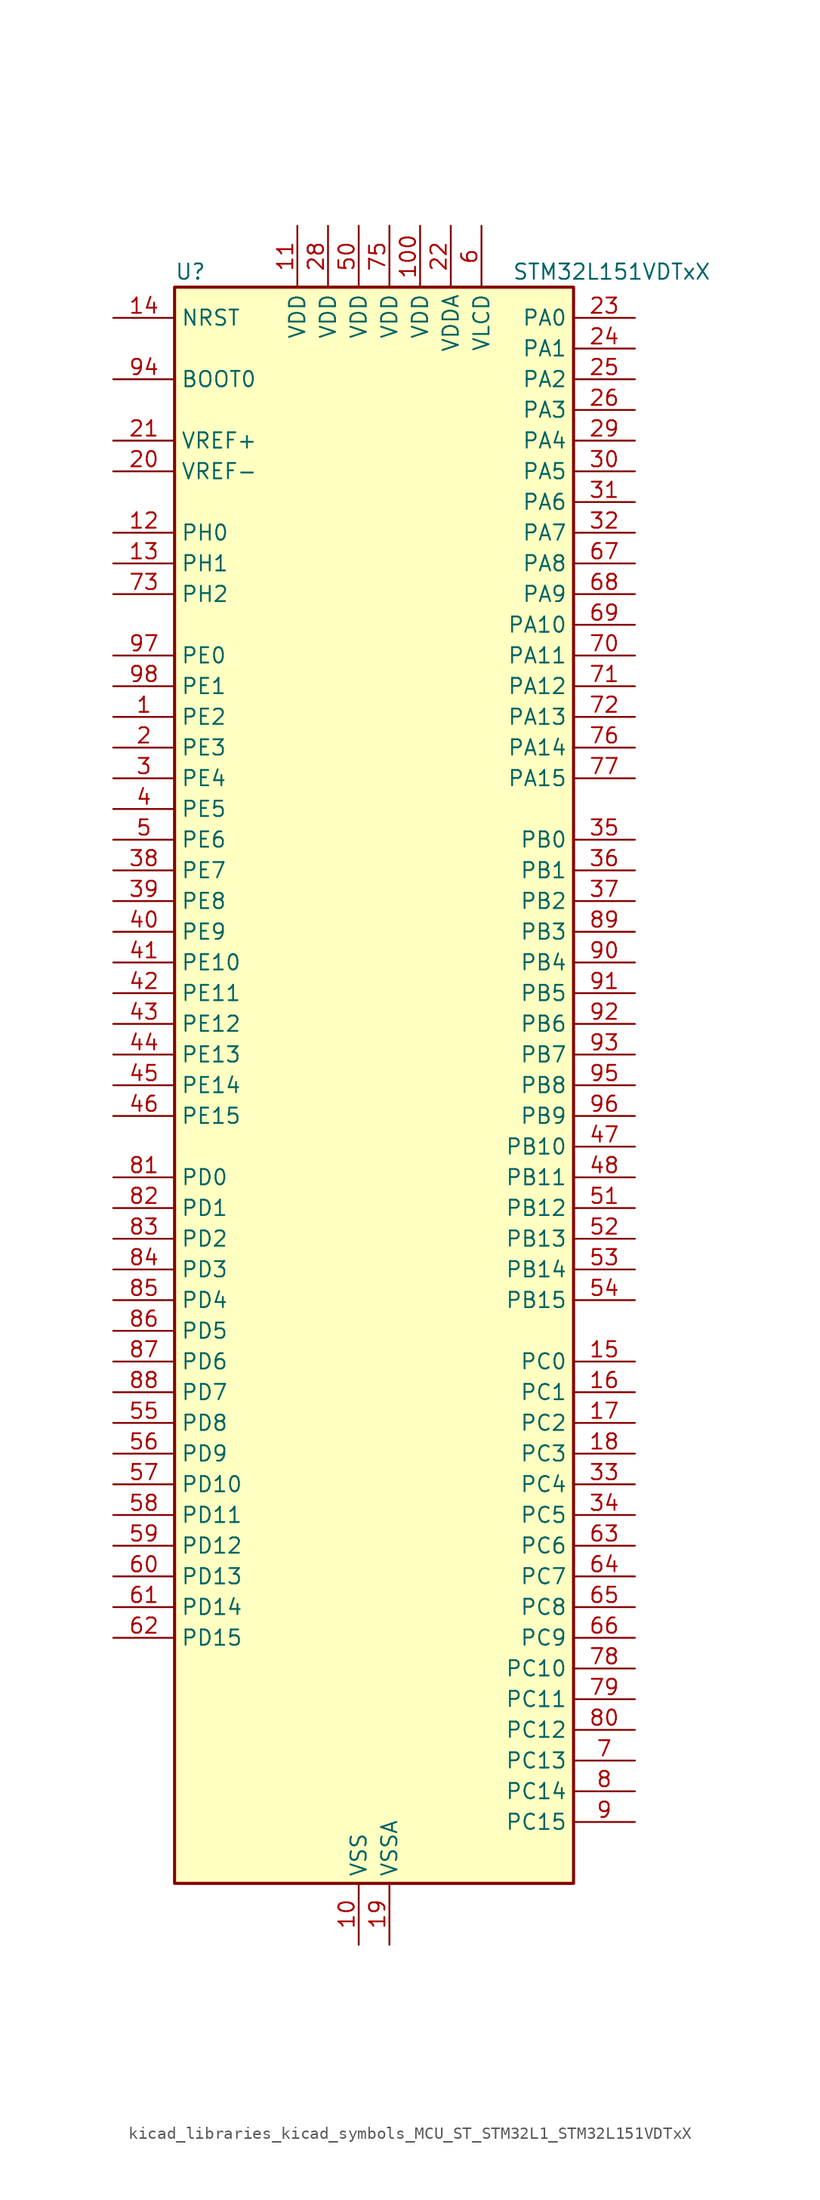
<source format=kicad_sym>
(kicad_symbol_lib
  (version 20220914)
  (generator kicad_symbol_editor)
  (symbol "kicad_libraries_kicad_symbols_MCU_ST_STM32L1_STM32L151VDTxX"
    (property "Reference" "U"
      (at -15.24 67.31 0)
      (effects (font (size 1.27 1.27)) (justify left)))
    (property "Value" "STM32L151VDTxX"
      (at 12.7 67.31 0)
      (effects (font (size 1.27 1.27)) (justify left)))
    (property "ki_locked" ""
      (at 0 0 0)
      (effects (font (size 1.27 1.27))))
    (symbol "kicad_libraries_kicad_symbols_MCU_ST_STM32L1_STM32L151VDTxX_0_1"
      (rectangle (start -15.24 -66.04) (end 17.78 66.04) (stroke (width 0.254) (type default)) (fill (type background))))
    (symbol "kicad_libraries_kicad_symbols_MCU_ST_STM32L1_STM32L151VDTxX_1_1"
      (pin bidirectional line (at -20.32 30.48 0) (length 5.08) (name "PE2" (effects (font (size 1.27 1.27)))) (number "1" (effects (font (size 1.27 1.27)))) (alternate "SYS_TRACECK" bidirectional line) (alternate "TIM3_ETR" bidirectional line) (alternate "TIMX_IC3" bidirectional line))
      (pin power_in line (at 0 -71.12 90) (length 5.08) (name "VSS" (effects (font (size 1.27 1.27)))) (number "10" (effects (font (size 1.27 1.27)))))
      (pin power_in line (at 5.08 71.12 270) (length 5.08) (name "VDD" (effects (font (size 1.27 1.27)))) (number "100" (effects (font (size 1.27 1.27)))))
      (pin power_in line (at -5.08 71.12 270) (length 5.08) (name "VDD" (effects (font (size 1.27 1.27)))) (number "11" (effects (font (size 1.27 1.27)))))
      (pin bidirectional line (at -20.32 45.72 0) (length 5.08) (name "PH0" (effects (font (size 1.27 1.27)))) (number "12" (effects (font (size 1.27 1.27)))) (alternate "RCC_OSC_IN" bidirectional line))
      (pin bidirectional line (at -20.32 43.18 0) (length 5.08) (name "PH1" (effects (font (size 1.27 1.27)))) (number "13" (effects (font (size 1.27 1.27)))) (alternate "RCC_OSC_OUT" bidirectional line))
      (pin input line (at -20.32 63.5 0) (length 5.08) (name "NRST" (effects (font (size 1.27 1.27)))) (number "14" (effects (font (size 1.27 1.27)))))
      (pin bidirectional line (at 22.86 -22.86 180) (length 5.08) (name "PC0" (effects (font (size 1.27 1.27)))) (number "15" (effects (font (size 1.27 1.27)))) (alternate "ADC_IN10" bidirectional line) (alternate "COMP1_INP" bidirectional line) (alternate "TIMX_IC1" bidirectional line) (alternate "TS_G8_IO1" bidirectional line))
      (pin bidirectional line (at 22.86 -25.4 180) (length 5.08) (name "PC1" (effects (font (size 1.27 1.27)))) (number "16" (effects (font (size 1.27 1.27)))) (alternate "ADC_IN11" bidirectional line) (alternate "COMP1_INP" bidirectional line) (alternate "TIMX_IC2" bidirectional line) (alternate "TS_G8_IO2" bidirectional line))
      (pin bidirectional line (at 22.86 -27.94 180) (length 5.08) (name "PC2" (effects (font (size 1.27 1.27)))) (number "17" (effects (font (size 1.27 1.27)))) (alternate "ADC_IN12" bidirectional line) (alternate "COMP1_INP" bidirectional line) (alternate "TIMX_IC3" bidirectional line) (alternate "TS_G8_IO3" bidirectional line))
      (pin bidirectional line (at 22.86 -30.48 180) (length 5.08) (name "PC3" (effects (font (size 1.27 1.27)))) (number "18" (effects (font (size 1.27 1.27)))) (alternate "ADC_IN13" bidirectional line) (alternate "COMP1_INP" bidirectional line) (alternate "TIMX_IC4" bidirectional line) (alternate "TS_G8_IO4" bidirectional line))
      (pin power_in line (at 2.54 -71.12 90) (length 5.08) (name "VSSA" (effects (font (size 1.27 1.27)))) (number "19" (effects (font (size 1.27 1.27)))))
      (pin bidirectional line (at -20.32 27.94 0) (length 5.08) (name "PE3" (effects (font (size 1.27 1.27)))) (number "2" (effects (font (size 1.27 1.27)))) (alternate "SYS_TRACED0" bidirectional line) (alternate "TIM3_CH1" bidirectional line) (alternate "TIMX_IC4" bidirectional line))
      (pin input line (at -20.32 50.8 0) (length 5.08) (name "VREF-" (effects (font (size 1.27 1.27)))) (number "20" (effects (font (size 1.27 1.27)))))
      (pin input line (at -20.32 53.34 0) (length 5.08) (name "VREF+" (effects (font (size 1.27 1.27)))) (number "21" (effects (font (size 1.27 1.27)))))
      (pin power_in line (at 7.62 71.12 270) (length 5.08) (name "VDDA" (effects (font (size 1.27 1.27)))) (number "22" (effects (font (size 1.27 1.27)))))
      (pin bidirectional line (at 22.86 63.5 180) (length 5.08) (name "PA0" (effects (font (size 1.27 1.27)))) (number "23" (effects (font (size 1.27 1.27)))) (alternate "ADC_IN0" bidirectional line) (alternate "COMP1_INP" bidirectional line) (alternate "RTC_TAMP2" bidirectional line) (alternate "SYS_WKUP1" bidirectional line) (alternate "TIM2_CH1" bidirectional line) (alternate "TIM2_ETR" bidirectional line) (alternate "TIM5_CH1" bidirectional line) (alternate "TIMX_IC1" bidirectional line) (alternate "TS_G1_IO1" bidirectional line) (alternate "USART2_CTS" bidirectional line))
      (pin bidirectional line (at 22.86 60.96 180) (length 5.08) (name "PA1" (effects (font (size 1.27 1.27)))) (number "24" (effects (font (size 1.27 1.27)))) (alternate "ADC_IN1" bidirectional line) (alternate "COMP1_INP" bidirectional line) (alternate "OPAMP1_VINP" bidirectional line) (alternate "TIM2_CH2" bidirectional line) (alternate "TIM5_CH2" bidirectional line) (alternate "TIMX_IC2" bidirectional line) (alternate "TS_G1_IO2" bidirectional line) (alternate "USART2_RTS" bidirectional line))
      (pin bidirectional line (at 22.86 58.42 180) (length 5.08) (name "PA2" (effects (font (size 1.27 1.27)))) (number "25" (effects (font (size 1.27 1.27)))) (alternate "ADC_IN2" bidirectional line) (alternate "COMP1_INP" bidirectional line) (alternate "OPAMP1_VINM" bidirectional line) (alternate "TIM2_CH3" bidirectional line) (alternate "TIM5_CH3" bidirectional line) (alternate "TIM9_CH1" bidirectional line) (alternate "TIMX_IC3" bidirectional line) (alternate "TS_G1_IO3" bidirectional line) (alternate "USART2_TX" bidirectional line))
      (pin bidirectional line (at 22.86 55.88 180) (length 5.08) (name "PA3" (effects (font (size 1.27 1.27)))) (number "26" (effects (font (size 1.27 1.27)))) (alternate "ADC_IN3" bidirectional line) (alternate "COMP1_INP" bidirectional line) (alternate "OPAMP1_VOUT" bidirectional line) (alternate "TIM2_CH4" bidirectional line) (alternate "TIM5_CH4" bidirectional line) (alternate "TIM9_CH2" bidirectional line) (alternate "TIMX_IC4" bidirectional line) (alternate "TS_G1_IO4" bidirectional line) (alternate "USART2_RX" bidirectional line))
      (pin passive line (at 0 -71.12 90) (length 5.08) hide (name "VSS" (effects (font (size 1.27 1.27)))) (number "27" (effects (font (size 1.27 1.27)))))
      (pin power_in line (at -2.54 71.12 270) (length 5.08) (name "VDD" (effects (font (size 1.27 1.27)))) (number "28" (effects (font (size 1.27 1.27)))))
      (pin bidirectional line (at 22.86 53.34 180) (length 5.08) (name "PA4" (effects (font (size 1.27 1.27)))) (number "29" (effects (font (size 1.27 1.27)))) (alternate "ADC_IN4" bidirectional line) (alternate "COMP1_INP" bidirectional line) (alternate "DAC_OUT1" bidirectional line) (alternate "I2S3_WS" bidirectional line) (alternate "SPI1_NSS" bidirectional line) (alternate "SPI3_NSS" bidirectional line) (alternate "TIMX_IC1" bidirectional line) (alternate "USART2_CK" bidirectional line))
      (pin bidirectional line (at -20.32 25.4 0) (length 5.08) (name "PE4" (effects (font (size 1.27 1.27)))) (number "3" (effects (font (size 1.27 1.27)))) (alternate "SYS_TRACED1" bidirectional line) (alternate "TIM3_CH2" bidirectional line) (alternate "TIMX_IC1" bidirectional line))
      (pin bidirectional line (at 22.86 50.8 180) (length 5.08) (name "PA5" (effects (font (size 1.27 1.27)))) (number "30" (effects (font (size 1.27 1.27)))) (alternate "ADC_IN5" bidirectional line) (alternate "COMP1_INP" bidirectional line) (alternate "DAC_OUT2" bidirectional line) (alternate "SPI1_SCK" bidirectional line) (alternate "TIM2_CH1" bidirectional line) (alternate "TIM2_ETR" bidirectional line) (alternate "TIMX_IC2" bidirectional line))
      (pin bidirectional line (at 22.86 48.26 180) (length 5.08) (name "PA6" (effects (font (size 1.27 1.27)))) (number "31" (effects (font (size 1.27 1.27)))) (alternate "ADC_IN6" bidirectional line) (alternate "COMP1_INP" bidirectional line) (alternate "OPAMP2_VINP" bidirectional line) (alternate "SPI1_MISO" bidirectional line) (alternate "TIM10_CH1" bidirectional line) (alternate "TIM3_CH1" bidirectional line) (alternate "TIMX_IC3" bidirectional line) (alternate "TS_G2_IO1" bidirectional line))
      (pin bidirectional line (at 22.86 45.72 180) (length 5.08) (name "PA7" (effects (font (size 1.27 1.27)))) (number "32" (effects (font (size 1.27 1.27)))) (alternate "ADC_IN7" bidirectional line) (alternate "COMP1_INP" bidirectional line) (alternate "OPAMP2_VINM" bidirectional line) (alternate "SPI1_MOSI" bidirectional line) (alternate "TIM11_CH1" bidirectional line) (alternate "TIM3_CH2" bidirectional line) (alternate "TIMX_IC4" bidirectional line) (alternate "TS_G2_IO2" bidirectional line))
      (pin bidirectional line (at 22.86 -33.02 180) (length 5.08) (name "PC4" (effects (font (size 1.27 1.27)))) (number "33" (effects (font (size 1.27 1.27)))) (alternate "ADC_IN14" bidirectional line) (alternate "COMP1_INP" bidirectional line) (alternate "TIMX_IC1" bidirectional line) (alternate "TS_G9_IO1" bidirectional line))
      (pin bidirectional line (at 22.86 -35.56 180) (length 5.08) (name "PC5" (effects (font (size 1.27 1.27)))) (number "34" (effects (font (size 1.27 1.27)))) (alternate "ADC_IN15" bidirectional line) (alternate "COMP1_INP" bidirectional line) (alternate "TIMX_IC2" bidirectional line) (alternate "TS_G9_IO2" bidirectional line))
      (pin bidirectional line (at 22.86 20.32 180) (length 5.08) (name "PB0" (effects (font (size 1.27 1.27)))) (number "35" (effects (font (size 1.27 1.27)))) (alternate "ADC_IN8" bidirectional line) (alternate "COMP1_INP" bidirectional line) (alternate "OPAMP2_VOUT" bidirectional line) (alternate "SYS_V_REF_OUT" bidirectional line) (alternate "TIM3_CH3" bidirectional line) (alternate "TS_G3_IO1" bidirectional line))
      (pin bidirectional line (at 22.86 17.78 180) (length 5.08) (name "PB1" (effects (font (size 1.27 1.27)))) (number "36" (effects (font (size 1.27 1.27)))) (alternate "ADC_IN9" bidirectional line) (alternate "COMP1_INP" bidirectional line) (alternate "SYS_V_REF_OUT" bidirectional line) (alternate "TIM3_CH4" bidirectional line) (alternate "TS_G3_IO2" bidirectional line))
      (pin bidirectional line (at 22.86 15.24 180) (length 5.08) (name "PB2" (effects (font (size 1.27 1.27)))) (number "37" (effects (font (size 1.27 1.27)))) (alternate "ADC_IN0b" bidirectional line) (alternate "TS_G3_IO3" bidirectional line))
      (pin bidirectional line (at -20.32 17.78 0) (length 5.08) (name "PE7" (effects (font (size 1.27 1.27)))) (number "38" (effects (font (size 1.27 1.27)))) (alternate "ADC_IN22" bidirectional line) (alternate "COMP1_INP" bidirectional line) (alternate "TIMX_IC4" bidirectional line))
      (pin bidirectional line (at -20.32 15.24 0) (length 5.08) (name "PE8" (effects (font (size 1.27 1.27)))) (number "39" (effects (font (size 1.27 1.27)))) (alternate "ADC_IN23" bidirectional line) (alternate "COMP1_INP" bidirectional line) (alternate "TIMX_IC1" bidirectional line))
      (pin bidirectional line (at -20.32 22.86 0) (length 5.08) (name "PE5" (effects (font (size 1.27 1.27)))) (number "4" (effects (font (size 1.27 1.27)))) (alternate "SYS_TRACED2" bidirectional line) (alternate "TIM9_CH1" bidirectional line) (alternate "TIMX_IC2" bidirectional line))
      (pin bidirectional line (at -20.32 12.7 0) (length 5.08) (name "PE9" (effects (font (size 1.27 1.27)))) (number "40" (effects (font (size 1.27 1.27)))) (alternate "ADC_IN24" bidirectional line) (alternate "COMP1_INP" bidirectional line) (alternate "DAC_EXTI9" bidirectional line) (alternate "TIM2_CH1" bidirectional line) (alternate "TIM2_ETR" bidirectional line) (alternate "TIMX_IC2" bidirectional line))
      (pin bidirectional line (at -20.32 10.16 0) (length 5.08) (name "PE10" (effects (font (size 1.27 1.27)))) (number "41" (effects (font (size 1.27 1.27)))) (alternate "ADC_IN25" bidirectional line) (alternate "COMP1_INP" bidirectional line) (alternate "TIM2_CH2" bidirectional line) (alternate "TIMX_IC3" bidirectional line))
      (pin bidirectional line (at -20.32 7.62 0) (length 5.08) (name "PE11" (effects (font (size 1.27 1.27)))) (number "42" (effects (font (size 1.27 1.27)))) (alternate "ADC_EXTI11" bidirectional line) (alternate "TIM2_CH3" bidirectional line) (alternate "TIMX_IC4" bidirectional line))
      (pin bidirectional line (at -20.32 5.08 0) (length 5.08) (name "PE12" (effects (font (size 1.27 1.27)))) (number "43" (effects (font (size 1.27 1.27)))) (alternate "SPI1_NSS" bidirectional line) (alternate "TIM2_CH4" bidirectional line) (alternate "TIMX_IC1" bidirectional line))
      (pin bidirectional line (at -20.32 2.54 0) (length 5.08) (name "PE13" (effects (font (size 1.27 1.27)))) (number "44" (effects (font (size 1.27 1.27)))) (alternate "SPI1_SCK" bidirectional line) (alternate "TIMX_IC2" bidirectional line))
      (pin bidirectional line (at -20.32 0 0) (length 5.08) (name "PE14" (effects (font (size 1.27 1.27)))) (number "45" (effects (font (size 1.27 1.27)))) (alternate "SPI1_MISO" bidirectional line) (alternate "TIMX_IC3" bidirectional line))
      (pin bidirectional line (at -20.32 -2.54 0) (length 5.08) (name "PE15" (effects (font (size 1.27 1.27)))) (number "46" (effects (font (size 1.27 1.27)))) (alternate "ADC_EXTI15" bidirectional line) (alternate "SPI1_MOSI" bidirectional line) (alternate "TIMX_IC4" bidirectional line))
      (pin bidirectional line (at 22.86 -5.08 180) (length 5.08) (name "PB10" (effects (font (size 1.27 1.27)))) (number "47" (effects (font (size 1.27 1.27)))) (alternate "I2C2_SCL" bidirectional line) (alternate "TIM2_CH3" bidirectional line) (alternate "USART3_TX" bidirectional line))
      (pin bidirectional line (at 22.86 -7.62 180) (length 5.08) (name "PB11" (effects (font (size 1.27 1.27)))) (number "48" (effects (font (size 1.27 1.27)))) (alternate "ADC_EXTI11" bidirectional line) (alternate "I2C2_SDA" bidirectional line) (alternate "TIM2_CH4" bidirectional line) (alternate "USART3_RX" bidirectional line))
      (pin passive line (at 0 -71.12 90) (length 5.08) hide (name "VSS" (effects (font (size 1.27 1.27)))) (number "49" (effects (font (size 1.27 1.27)))))
      (pin bidirectional line (at -20.32 20.32 0) (length 5.08) (name "PE6" (effects (font (size 1.27 1.27)))) (number "5" (effects (font (size 1.27 1.27)))) (alternate "RTC_TAMP3" bidirectional line) (alternate "SYS_TRACED3" bidirectional line) (alternate "SYS_WKUP3" bidirectional line) (alternate "TIM9_CH2" bidirectional line) (alternate "TIMX_IC3" bidirectional line))
      (pin power_in line (at 0 71.12 270) (length 5.08) (name "VDD" (effects (font (size 1.27 1.27)))) (number "50" (effects (font (size 1.27 1.27)))))
      (pin bidirectional line (at 22.86 -10.16 180) (length 5.08) (name "PB12" (effects (font (size 1.27 1.27)))) (number "51" (effects (font (size 1.27 1.27)))) (alternate "ADC_IN18" bidirectional line) (alternate "COMP1_INP" bidirectional line) (alternate "I2C2_SMBA" bidirectional line) (alternate "I2S2_WS" bidirectional line) (alternate "SPI2_NSS" bidirectional line) (alternate "TIM10_CH1" bidirectional line) (alternate "TS_G7_IO1" bidirectional line) (alternate "USART3_CK" bidirectional line))
      (pin bidirectional line (at 22.86 -12.7 180) (length 5.08) (name "PB13" (effects (font (size 1.27 1.27)))) (number "52" (effects (font (size 1.27 1.27)))) (alternate "ADC_IN19" bidirectional line) (alternate "COMP1_INP" bidirectional line) (alternate "I2S2_CK" bidirectional line) (alternate "SPI2_SCK" bidirectional line) (alternate "TIM9_CH1" bidirectional line) (alternate "TS_G7_IO2" bidirectional line) (alternate "USART3_CTS" bidirectional line))
      (pin bidirectional line (at 22.86 -15.24 180) (length 5.08) (name "PB14" (effects (font (size 1.27 1.27)))) (number "53" (effects (font (size 1.27 1.27)))) (alternate "ADC_IN20" bidirectional line) (alternate "COMP1_INP" bidirectional line) (alternate "SPI2_MISO" bidirectional line) (alternate "TIM9_CH2" bidirectional line) (alternate "TS_G7_IO3" bidirectional line) (alternate "USART3_RTS" bidirectional line))
      (pin bidirectional line (at 22.86 -17.78 180) (length 5.08) (name "PB15" (effects (font (size 1.27 1.27)))) (number "54" (effects (font (size 1.27 1.27)))) (alternate "ADC_EXTI15" bidirectional line) (alternate "ADC_IN21" bidirectional line) (alternate "COMP1_INP" bidirectional line) (alternate "I2S2_SD" bidirectional line) (alternate "RTC_REFIN" bidirectional line) (alternate "SPI2_MOSI" bidirectional line) (alternate "TIM11_CH1" bidirectional line) (alternate "TS_G7_IO4" bidirectional line))
      (pin bidirectional line (at -20.32 -27.94 0) (length 5.08) (name "PD8" (effects (font (size 1.27 1.27)))) (number "55" (effects (font (size 1.27 1.27)))) (alternate "TIMX_IC1" bidirectional line) (alternate "USART3_TX" bidirectional line))
      (pin bidirectional line (at -20.32 -30.48 0) (length 5.08) (name "PD9" (effects (font (size 1.27 1.27)))) (number "56" (effects (font (size 1.27 1.27)))) (alternate "DAC_EXTI9" bidirectional line) (alternate "TIMX_IC2" bidirectional line) (alternate "USART3_RX" bidirectional line))
      (pin bidirectional line (at -20.32 -33.02 0) (length 5.08) (name "PD10" (effects (font (size 1.27 1.27)))) (number "57" (effects (font (size 1.27 1.27)))) (alternate "TIMX_IC3" bidirectional line) (alternate "USART3_CK" bidirectional line))
      (pin bidirectional line (at -20.32 -35.56 0) (length 5.08) (name "PD11" (effects (font (size 1.27 1.27)))) (number "58" (effects (font (size 1.27 1.27)))) (alternate "ADC_EXTI11" bidirectional line) (alternate "TIMX_IC4" bidirectional line) (alternate "USART3_CTS" bidirectional line))
      (pin bidirectional line (at -20.32 -38.1 0) (length 5.08) (name "PD12" (effects (font (size 1.27 1.27)))) (number "59" (effects (font (size 1.27 1.27)))) (alternate "TIM4_CH1" bidirectional line) (alternate "TIMX_IC1" bidirectional line) (alternate "USART3_RTS" bidirectional line))
      (pin power_in line (at 10.16 71.12 270) (length 5.08) (name "VLCD" (effects (font (size 1.27 1.27)))) (number "6" (effects (font (size 1.27 1.27)))))
      (pin bidirectional line (at -20.32 -40.64 0) (length 5.08) (name "PD13" (effects (font (size 1.27 1.27)))) (number "60" (effects (font (size 1.27 1.27)))) (alternate "TIM4_CH2" bidirectional line) (alternate "TIMX_IC2" bidirectional line))
      (pin bidirectional line (at -20.32 -43.18 0) (length 5.08) (name "PD14" (effects (font (size 1.27 1.27)))) (number "61" (effects (font (size 1.27 1.27)))) (alternate "TIM4_CH3" bidirectional line) (alternate "TIMX_IC3" bidirectional line))
      (pin bidirectional line (at -20.32 -45.72 0) (length 5.08) (name "PD15" (effects (font (size 1.27 1.27)))) (number "62" (effects (font (size 1.27 1.27)))) (alternate "ADC_EXTI15" bidirectional line) (alternate "TIM4_CH4" bidirectional line) (alternate "TIMX_IC4" bidirectional line))
      (pin bidirectional line (at 22.86 -38.1 180) (length 5.08) (name "PC6" (effects (font (size 1.27 1.27)))) (number "63" (effects (font (size 1.27 1.27)))) (alternate "I2S2_MCK" bidirectional line) (alternate "TIM3_CH1" bidirectional line) (alternate "TIMX_IC3" bidirectional line) (alternate "TS_G10_IO1" bidirectional line))
      (pin bidirectional line (at 22.86 -40.64 180) (length 5.08) (name "PC7" (effects (font (size 1.27 1.27)))) (number "64" (effects (font (size 1.27 1.27)))) (alternate "I2S3_MCK" bidirectional line) (alternate "TIM3_CH2" bidirectional line) (alternate "TIMX_IC4" bidirectional line) (alternate "TS_G10_IO2" bidirectional line))
      (pin bidirectional line (at 22.86 -43.18 180) (length 5.08) (name "PC8" (effects (font (size 1.27 1.27)))) (number "65" (effects (font (size 1.27 1.27)))) (alternate "TIM3_CH3" bidirectional line) (alternate "TIMX_IC1" bidirectional line) (alternate "TS_G10_IO3" bidirectional line))
      (pin bidirectional line (at 22.86 -45.72 180) (length 5.08) (name "PC9" (effects (font (size 1.27 1.27)))) (number "66" (effects (font (size 1.27 1.27)))) (alternate "DAC_EXTI9" bidirectional line) (alternate "TIM3_CH4" bidirectional line) (alternate "TIMX_IC2" bidirectional line) (alternate "TS_G10_IO4" bidirectional line))
      (pin bidirectional line (at 22.86 43.18 180) (length 5.08) (name "PA8" (effects (font (size 1.27 1.27)))) (number "67" (effects (font (size 1.27 1.27)))) (alternate "RCC_MCO" bidirectional line) (alternate "TIMX_IC1" bidirectional line) (alternate "TS_G4_IO1" bidirectional line) (alternate "USART1_CK" bidirectional line))
      (pin bidirectional line (at 22.86 40.64 180) (length 5.08) (name "PA9" (effects (font (size 1.27 1.27)))) (number "68" (effects (font (size 1.27 1.27)))) (alternate "DAC_EXTI9" bidirectional line) (alternate "TIMX_IC2" bidirectional line) (alternate "TS_G4_IO2" bidirectional line) (alternate "USART1_TX" bidirectional line))
      (pin bidirectional line (at 22.86 38.1 180) (length 5.08) (name "PA10" (effects (font (size 1.27 1.27)))) (number "69" (effects (font (size 1.27 1.27)))) (alternate "TIMX_IC3" bidirectional line) (alternate "TS_G4_IO3" bidirectional line) (alternate "USART1_RX" bidirectional line))
      (pin bidirectional line (at 22.86 -55.88 180) (length 5.08) (name "PC13" (effects (font (size 1.27 1.27)))) (number "7" (effects (font (size 1.27 1.27)))) (alternate "RTC_OUT_ALARM" bidirectional line) (alternate "RTC_OUT_CALIB" bidirectional line) (alternate "RTC_TAMP1" bidirectional line) (alternate "RTC_TS" bidirectional line) (alternate "SYS_WKUP2" bidirectional line) (alternate "TIMX_IC2" bidirectional line))
      (pin bidirectional line (at 22.86 35.56 180) (length 5.08) (name "PA11" (effects (font (size 1.27 1.27)))) (number "70" (effects (font (size 1.27 1.27)))) (alternate "ADC_EXTI11" bidirectional line) (alternate "SPI1_MISO" bidirectional line) (alternate "TIMX_IC4" bidirectional line) (alternate "USART1_CTS" bidirectional line) (alternate "USB_DM" bidirectional line))
      (pin bidirectional line (at 22.86 33.02 180) (length 5.08) (name "PA12" (effects (font (size 1.27 1.27)))) (number "71" (effects (font (size 1.27 1.27)))) (alternate "SPI1_MOSI" bidirectional line) (alternate "TIMX_IC1" bidirectional line) (alternate "USART1_RTS" bidirectional line) (alternate "USB_DP" bidirectional line))
      (pin bidirectional line (at 22.86 30.48 180) (length 5.08) (name "PA13" (effects (font (size 1.27 1.27)))) (number "72" (effects (font (size 1.27 1.27)))) (alternate "SYS_JTMS-SWDIO" bidirectional line) (alternate "TIMX_IC2" bidirectional line) (alternate "TS_G5_IO1" bidirectional line))
      (pin bidirectional line (at -20.32 40.64 0) (length 5.08) (name "PH2" (effects (font (size 1.27 1.27)))) (number "73" (effects (font (size 1.27 1.27)))))
      (pin passive line (at 0 -71.12 90) (length 5.08) hide (name "VSS" (effects (font (size 1.27 1.27)))) (number "74" (effects (font (size 1.27 1.27)))))
      (pin power_in line (at 2.54 71.12 270) (length 5.08) (name "VDD" (effects (font (size 1.27 1.27)))) (number "75" (effects (font (size 1.27 1.27)))))
      (pin bidirectional line (at 22.86 27.94 180) (length 5.08) (name "PA14" (effects (font (size 1.27 1.27)))) (number "76" (effects (font (size 1.27 1.27)))) (alternate "SYS_JTCK-SWCLK" bidirectional line) (alternate "TIMX_IC3" bidirectional line) (alternate "TS_G5_IO2" bidirectional line))
      (pin bidirectional line (at 22.86 25.4 180) (length 5.08) (name "PA15" (effects (font (size 1.27 1.27)))) (number "77" (effects (font (size 1.27 1.27)))) (alternate "ADC_EXTI15" bidirectional line) (alternate "I2S3_WS" bidirectional line) (alternate "SPI1_NSS" bidirectional line) (alternate "SPI3_NSS" bidirectional line) (alternate "SYS_JTDI" bidirectional line) (alternate "TIM2_CH1" bidirectional line) (alternate "TIM2_ETR" bidirectional line) (alternate "TIMX_IC4" bidirectional line) (alternate "TS_G5_IO3" bidirectional line))
      (pin bidirectional line (at 22.86 -48.26 180) (length 5.08) (name "PC10" (effects (font (size 1.27 1.27)))) (number "78" (effects (font (size 1.27 1.27)))) (alternate "I2S3_CK" bidirectional line) (alternate "SPI3_SCK" bidirectional line) (alternate "TIMX_IC3" bidirectional line) (alternate "UART4_TX" bidirectional line) (alternate "USART3_TX" bidirectional line))
      (pin bidirectional line (at 22.86 -50.8 180) (length 5.08) (name "PC11" (effects (font (size 1.27 1.27)))) (number "79" (effects (font (size 1.27 1.27)))) (alternate "ADC_EXTI11" bidirectional line) (alternate "SPI3_MISO" bidirectional line) (alternate "TIMX_IC4" bidirectional line) (alternate "UART4_RX" bidirectional line) (alternate "USART3_RX" bidirectional line))
      (pin bidirectional line (at 22.86 -58.42 180) (length 5.08) (name "PC14" (effects (font (size 1.27 1.27)))) (number "8" (effects (font (size 1.27 1.27)))) (alternate "RCC_OSC32_IN" bidirectional line) (alternate "TIMX_IC3" bidirectional line))
      (pin bidirectional line (at 22.86 -53.34 180) (length 5.08) (name "PC12" (effects (font (size 1.27 1.27)))) (number "80" (effects (font (size 1.27 1.27)))) (alternate "I2S3_SD" bidirectional line) (alternate "SPI3_MOSI" bidirectional line) (alternate "TIMX_IC1" bidirectional line) (alternate "UART5_TX" bidirectional line) (alternate "USART3_CK" bidirectional line))
      (pin bidirectional line (at -20.32 -7.62 0) (length 5.08) (name "PD0" (effects (font (size 1.27 1.27)))) (number "81" (effects (font (size 1.27 1.27)))) (alternate "I2S2_WS" bidirectional line) (alternate "SPI2_NSS" bidirectional line) (alternate "TIM9_CH1" bidirectional line) (alternate "TIMX_IC1" bidirectional line))
      (pin bidirectional line (at -20.32 -10.16 0) (length 5.08) (name "PD1" (effects (font (size 1.27 1.27)))) (number "82" (effects (font (size 1.27 1.27)))) (alternate "I2S2_CK" bidirectional line) (alternate "SPI2_SCK" bidirectional line) (alternate "TIMX_IC2" bidirectional line))
      (pin bidirectional line (at -20.32 -12.7 0) (length 5.08) (name "PD2" (effects (font (size 1.27 1.27)))) (number "83" (effects (font (size 1.27 1.27)))) (alternate "TIM3_ETR" bidirectional line) (alternate "TIMX_IC3" bidirectional line) (alternate "UART5_RX" bidirectional line))
      (pin bidirectional line (at -20.32 -15.24 0) (length 5.08) (name "PD3" (effects (font (size 1.27 1.27)))) (number "84" (effects (font (size 1.27 1.27)))) (alternate "SPI2_MISO" bidirectional line) (alternate "TIMX_IC4" bidirectional line) (alternate "USART2_CTS" bidirectional line))
      (pin bidirectional line (at -20.32 -17.78 0) (length 5.08) (name "PD4" (effects (font (size 1.27 1.27)))) (number "85" (effects (font (size 1.27 1.27)))) (alternate "I2S2_SD" bidirectional line) (alternate "SPI2_MOSI" bidirectional line) (alternate "TIMX_IC1" bidirectional line) (alternate "USART2_RTS" bidirectional line))
      (pin bidirectional line (at -20.32 -20.32 0) (length 5.08) (name "PD5" (effects (font (size 1.27 1.27)))) (number "86" (effects (font (size 1.27 1.27)))) (alternate "TIMX_IC2" bidirectional line) (alternate "USART2_TX" bidirectional line))
      (pin bidirectional line (at -20.32 -22.86 0) (length 5.08) (name "PD6" (effects (font (size 1.27 1.27)))) (number "87" (effects (font (size 1.27 1.27)))) (alternate "TIMX_IC3" bidirectional line) (alternate "USART2_RX" bidirectional line))
      (pin bidirectional line (at -20.32 -25.4 0) (length 5.08) (name "PD7" (effects (font (size 1.27 1.27)))) (number "88" (effects (font (size 1.27 1.27)))) (alternate "TIM9_CH2" bidirectional line) (alternate "TIMX_IC4" bidirectional line) (alternate "USART2_CK" bidirectional line))
      (pin bidirectional line (at 22.86 12.7 180) (length 5.08) (name "PB3" (effects (font (size 1.27 1.27)))) (number "89" (effects (font (size 1.27 1.27)))) (alternate "COMP2_INM" bidirectional line) (alternate "I2S3_CK" bidirectional line) (alternate "SPI1_SCK" bidirectional line) (alternate "SPI3_SCK" bidirectional line) (alternate "SYS_JTDO-TRACESWO" bidirectional line) (alternate "TIM2_CH2" bidirectional line))
      (pin bidirectional line (at 22.86 -60.96 180) (length 5.08) (name "PC15" (effects (font (size 1.27 1.27)))) (number "9" (effects (font (size 1.27 1.27)))) (alternate "ADC_EXTI15" bidirectional line) (alternate "RCC_OSC32_OUT" bidirectional line) (alternate "TIMX_IC4" bidirectional line))
      (pin bidirectional line (at 22.86 10.16 180) (length 5.08) (name "PB4" (effects (font (size 1.27 1.27)))) (number "90" (effects (font (size 1.27 1.27)))) (alternate "COMP2_INP" bidirectional line) (alternate "SPI1_MISO" bidirectional line) (alternate "SPI3_MISO" bidirectional line) (alternate "SYS_JTRST" bidirectional line) (alternate "TIM3_CH1" bidirectional line) (alternate "TS_G6_IO1" bidirectional line))
      (pin bidirectional line (at 22.86 7.62 180) (length 5.08) (name "PB5" (effects (font (size 1.27 1.27)))) (number "91" (effects (font (size 1.27 1.27)))) (alternate "COMP2_INP" bidirectional line) (alternate "I2C1_SMBA" bidirectional line) (alternate "I2S3_SD" bidirectional line) (alternate "SPI1_MOSI" bidirectional line) (alternate "SPI3_MOSI" bidirectional line) (alternate "TIM3_CH2" bidirectional line) (alternate "TS_G6_IO2" bidirectional line))
      (pin bidirectional line (at 22.86 5.08 180) (length 5.08) (name "PB6" (effects (font (size 1.27 1.27)))) (number "92" (effects (font (size 1.27 1.27)))) (alternate "COMP2_INP" bidirectional line) (alternate "I2C1_SCL" bidirectional line) (alternate "TIM4_CH1" bidirectional line) (alternate "TS_G6_IO3" bidirectional line) (alternate "USART1_TX" bidirectional line))
      (pin bidirectional line (at 22.86 2.54 180) (length 5.08) (name "PB7" (effects (font (size 1.27 1.27)))) (number "93" (effects (font (size 1.27 1.27)))) (alternate "COMP2_INP" bidirectional line) (alternate "I2C1_SDA" bidirectional line) (alternate "SYS_PVD_IN" bidirectional line) (alternate "TIM4_CH2" bidirectional line) (alternate "TS_G6_IO4" bidirectional line) (alternate "USART1_RX" bidirectional line))
      (pin input line (at -20.32 58.42 0) (length 5.08) (name "BOOT0" (effects (font (size 1.27 1.27)))) (number "94" (effects (font (size 1.27 1.27)))))
      (pin bidirectional line (at 22.86 0 180) (length 5.08) (name "PB8" (effects (font (size 1.27 1.27)))) (number "95" (effects (font (size 1.27 1.27)))) (alternate "I2C1_SCL" bidirectional line) (alternate "TIM10_CH1" bidirectional line) (alternate "TIM4_CH3" bidirectional line))
      (pin bidirectional line (at 22.86 -2.54 180) (length 5.08) (name "PB9" (effects (font (size 1.27 1.27)))) (number "96" (effects (font (size 1.27 1.27)))) (alternate "DAC_EXTI9" bidirectional line) (alternate "I2C1_SDA" bidirectional line) (alternate "TIM11_CH1" bidirectional line) (alternate "TIM4_CH4" bidirectional line))
      (pin bidirectional line (at -20.32 35.56 0) (length 5.08) (name "PE0" (effects (font (size 1.27 1.27)))) (number "97" (effects (font (size 1.27 1.27)))) (alternate "TIM10_CH1" bidirectional line) (alternate "TIM4_ETR" bidirectional line) (alternate "TIMX_IC1" bidirectional line))
      (pin bidirectional line (at -20.32 33.02 0) (length 5.08) (name "PE1" (effects (font (size 1.27 1.27)))) (number "98" (effects (font (size 1.27 1.27)))) (alternate "TIM11_CH1" bidirectional line) (alternate "TIMX_IC2" bidirectional line))
      (pin passive line (at 0 -71.12 90) (length 5.08) hide (name "VSS" (effects (font (size 1.27 1.27)))) (number "99" (effects (font (size 1.27 1.27))))))))
</source>
